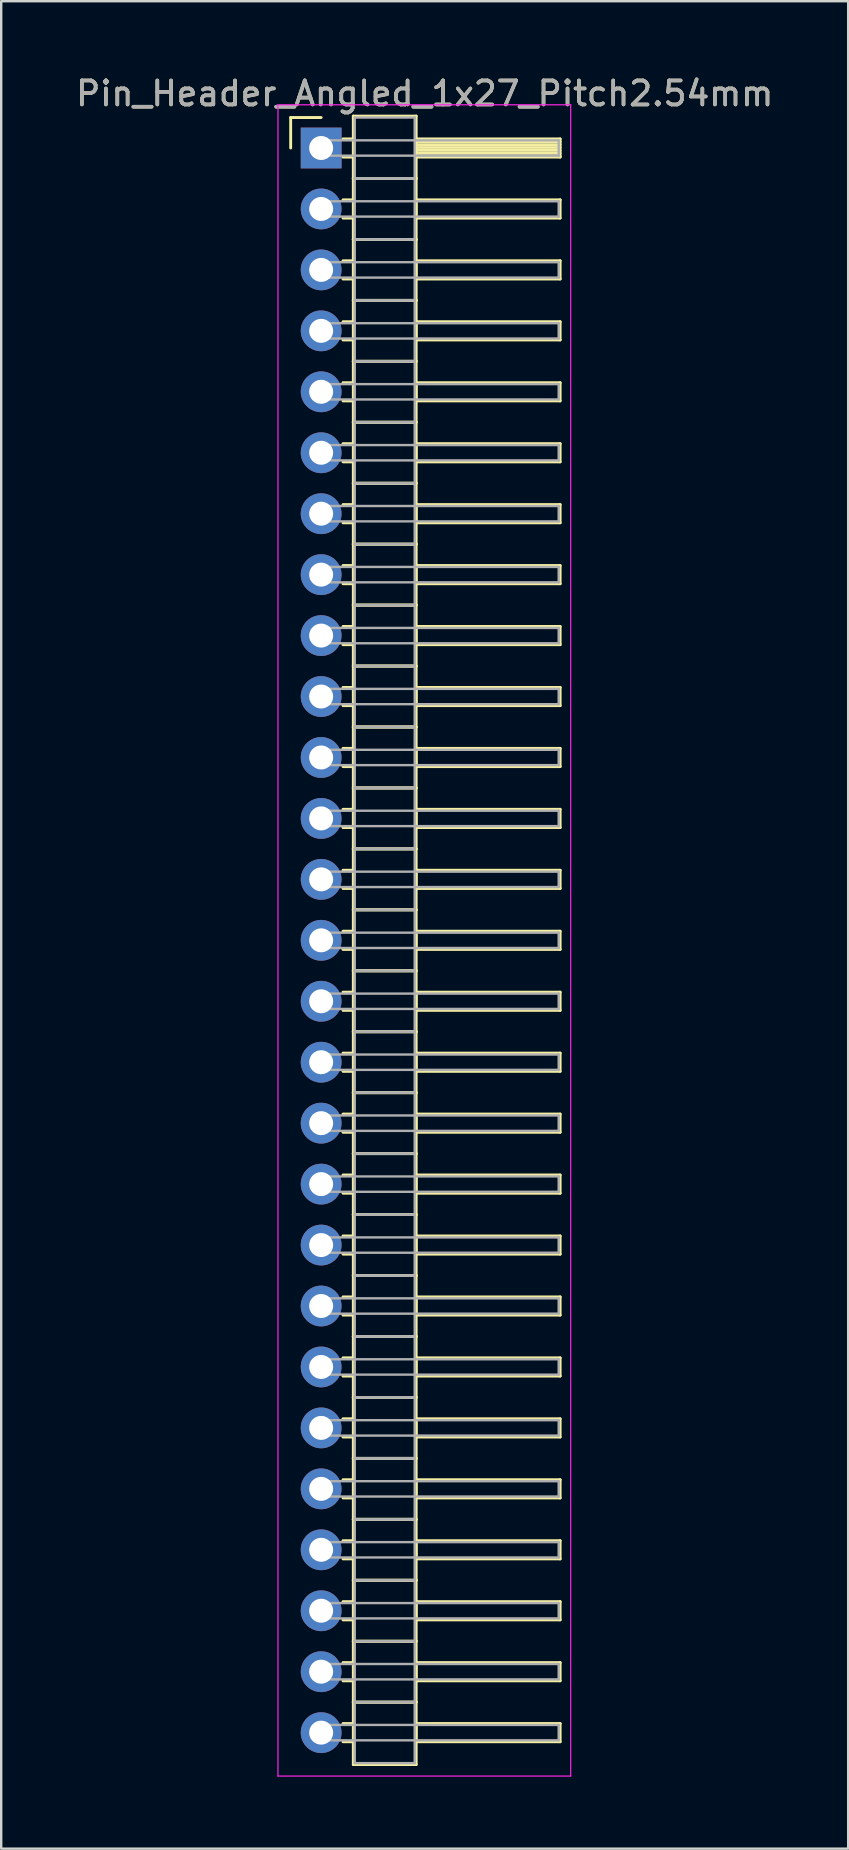
<source format=kicad_pcb>
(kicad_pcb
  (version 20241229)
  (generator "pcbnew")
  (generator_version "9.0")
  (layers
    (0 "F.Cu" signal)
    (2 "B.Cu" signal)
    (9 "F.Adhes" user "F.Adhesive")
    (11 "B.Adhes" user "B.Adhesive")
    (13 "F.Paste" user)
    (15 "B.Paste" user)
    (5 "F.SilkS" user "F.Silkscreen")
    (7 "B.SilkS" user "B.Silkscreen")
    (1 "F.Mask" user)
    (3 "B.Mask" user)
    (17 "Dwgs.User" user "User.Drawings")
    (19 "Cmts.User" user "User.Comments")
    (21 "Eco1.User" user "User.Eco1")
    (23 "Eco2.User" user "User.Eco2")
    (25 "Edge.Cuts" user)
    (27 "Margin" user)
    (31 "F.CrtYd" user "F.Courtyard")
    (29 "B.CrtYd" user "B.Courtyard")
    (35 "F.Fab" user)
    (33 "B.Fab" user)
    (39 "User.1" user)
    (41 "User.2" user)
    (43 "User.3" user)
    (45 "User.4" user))
  (footprint "Pin_Header_Angled_1x27_Pitch2.54mm"
    (layer "F.Cu")
    (at 10.334 3.118)
    (property "Reference" "Pin_Header_Angled_1x27_Pitch2.54mm" (at 4.315 -2.27 0) (layer "F.SilkS") (effects (font (size 1 1) (thickness 0.15))))
    (attr through_hole)
    (fp_line (start -1.27 -1.27) (end 0 -1.27) (stroke (width 0.12) (type solid)) (layer "F.SilkS"))
    (fp_line (start -1.27 0) (end -1.27 -1.27) (stroke (width 0.12) (type solid)) (layer "F.SilkS"))
    (fp_line (start 0.91 -0.38) (end 1.34 -0.38) (stroke (width 0.12) (type solid)) (layer "F.SilkS"))
    (fp_line (start 0.91 0.38) (end 1.34 0.38) (stroke (width 0.12) (type solid)) (layer "F.SilkS"))
    (fp_line (start 0.91 2.16) (end 1.34 2.16) (stroke (width 0.12) (type solid)) (layer "F.SilkS"))
    (fp_line (start 0.91 2.92) (end 1.34 2.92) (stroke (width 0.12) (type solid)) (layer "F.SilkS"))
    (fp_line (start 0.91 4.7) (end 1.34 4.7) (stroke (width 0.12) (type solid)) (layer "F.SilkS"))
    (fp_line (start 0.91 5.46) (end 1.34 5.46) (stroke (width 0.12) (type solid)) (layer "F.SilkS"))
    (fp_line (start 0.91 7.24) (end 1.34 7.24) (stroke (width 0.12) (type solid)) (layer "F.SilkS"))
    (fp_line (start 0.91 8) (end 1.34 8) (stroke (width 0.12) (type solid)) (layer "F.SilkS"))
    (fp_line (start 0.91 9.78) (end 1.34 9.78) (stroke (width 0.12) (type solid)) (layer "F.SilkS"))
    (fp_line (start 0.91 10.54) (end 1.34 10.54) (stroke (width 0.12) (type solid)) (layer "F.SilkS"))
    (fp_line (start 0.91 12.32) (end 1.34 12.32) (stroke (width 0.12) (type solid)) (layer "F.SilkS"))
    (fp_line (start 0.91 13.08) (end 1.34 13.08) (stroke (width 0.12) (type solid)) (layer "F.SilkS"))
    (fp_line (start 0.91 14.86) (end 1.34 14.86) (stroke (width 0.12) (type solid)) (layer "F.SilkS"))
    (fp_line (start 0.91 15.62) (end 1.34 15.62) (stroke (width 0.12) (type solid)) (layer "F.SilkS"))
    (fp_line (start 0.91 17.4) (end 1.34 17.4) (stroke (width 0.12) (type solid)) (layer "F.SilkS"))
    (fp_line (start 0.91 18.16) (end 1.34 18.16) (stroke (width 0.12) (type solid)) (layer "F.SilkS"))
    (fp_line (start 0.91 19.94) (end 1.34 19.94) (stroke (width 0.12) (type solid)) (layer "F.SilkS"))
    (fp_line (start 0.91 20.7) (end 1.34 20.7) (stroke (width 0.12) (type solid)) (layer "F.SilkS"))
    (fp_line (start 0.91 22.48) (end 1.34 22.48) (stroke (width 0.12) (type solid)) (layer "F.SilkS"))
    (fp_line (start 0.91 23.24) (end 1.34 23.24) (stroke (width 0.12) (type solid)) (layer "F.SilkS"))
    (fp_line (start 0.91 25.02) (end 1.34 25.02) (stroke (width 0.12) (type solid)) (layer "F.SilkS"))
    (fp_line (start 0.91 25.78) (end 1.34 25.78) (stroke (width 0.12) (type solid)) (layer "F.SilkS"))
    (fp_line (start 0.91 27.56) (end 1.34 27.56) (stroke (width 0.12) (type solid)) (layer "F.SilkS"))
    (fp_line (start 0.91 28.32) (end 1.34 28.32) (stroke (width 0.12) (type solid)) (layer "F.SilkS"))
    (fp_line (start 0.91 30.1) (end 1.34 30.1) (stroke (width 0.12) (type solid)) (layer "F.SilkS"))
    (fp_line (start 0.91 30.86) (end 1.34 30.86) (stroke (width 0.12) (type solid)) (layer "F.SilkS"))
    (fp_line (start 0.91 32.64) (end 1.34 32.64) (stroke (width 0.12) (type solid)) (layer "F.SilkS"))
    (fp_line (start 0.91 33.4) (end 1.34 33.4) (stroke (width 0.12) (type solid)) (layer "F.SilkS"))
    (fp_line (start 0.91 35.18) (end 1.34 35.18) (stroke (width 0.12) (type solid)) (layer "F.SilkS"))
    (fp_line (start 0.91 35.94) (end 1.34 35.94) (stroke (width 0.12) (type solid)) (layer "F.SilkS"))
    (fp_line (start 0.91 37.72) (end 1.34 37.72) (stroke (width 0.12) (type solid)) (layer "F.SilkS"))
    (fp_line (start 0.91 38.48) (end 1.34 38.48) (stroke (width 0.12) (type solid)) (layer "F.SilkS"))
    (fp_line (start 0.91 40.26) (end 1.34 40.26) (stroke (width 0.12) (type solid)) (layer "F.SilkS"))
    (fp_line (start 0.91 41.02) (end 1.34 41.02) (stroke (width 0.12) (type solid)) (layer "F.SilkS"))
    (fp_line (start 0.91 42.8) (end 1.34 42.8) (stroke (width 0.12) (type solid)) (layer "F.SilkS"))
    (fp_line (start 0.91 43.56) (end 1.34 43.56) (stroke (width 0.12) (type solid)) (layer "F.SilkS"))
    (fp_line (start 0.91 45.34) (end 1.34 45.34) (stroke (width 0.12) (type solid)) (layer "F.SilkS"))
    (fp_line (start 0.91 46.1) (end 1.34 46.1) (stroke (width 0.12) (type solid)) (layer "F.SilkS"))
    (fp_line (start 0.91 47.88) (end 1.34 47.88) (stroke (width 0.12) (type solid)) (layer "F.SilkS"))
    (fp_line (start 0.91 48.64) (end 1.34 48.64) (stroke (width 0.12) (type solid)) (layer "F.SilkS"))
    (fp_line (start 0.91 50.42) (end 1.34 50.42) (stroke (width 0.12) (type solid)) (layer "F.SilkS"))
    (fp_line (start 0.91 51.18) (end 1.34 51.18) (stroke (width 0.12) (type solid)) (layer "F.SilkS"))
    (fp_line (start 0.91 52.96) (end 1.34 52.96) (stroke (width 0.12) (type solid)) (layer "F.SilkS"))
    (fp_line (start 0.91 53.72) (end 1.34 53.72) (stroke (width 0.12) (type solid)) (layer "F.SilkS"))
    (fp_line (start 0.91 55.5) (end 1.34 55.5) (stroke (width 0.12) (type solid)) (layer "F.SilkS"))
    (fp_line (start 0.91 56.26) (end 1.34 56.26) (stroke (width 0.12) (type solid)) (layer "F.SilkS"))
    (fp_line (start 0.91 58.04) (end 1.34 58.04) (stroke (width 0.12) (type solid)) (layer "F.SilkS"))
    (fp_line (start 0.91 58.8) (end 1.34 58.8) (stroke (width 0.12) (type solid)) (layer "F.SilkS"))
    (fp_line (start 0.91 60.58) (end 1.34 60.58) (stroke (width 0.12) (type solid)) (layer "F.SilkS"))
    (fp_line (start 0.91 61.34) (end 1.34 61.34) (stroke (width 0.12) (type solid)) (layer "F.SilkS"))
    (fp_line (start 0.91 63.12) (end 1.34 63.12) (stroke (width 0.12) (type solid)) (layer "F.SilkS"))
    (fp_line (start 0.91 63.88) (end 1.34 63.88) (stroke (width 0.12) (type solid)) (layer "F.SilkS"))
    (fp_line (start 0.91 65.66) (end 1.34 65.66) (stroke (width 0.12) (type solid)) (layer "F.SilkS"))
    (fp_line (start 0.91 66.42) (end 1.34 66.42) (stroke (width 0.12) (type solid)) (layer "F.SilkS"))
    (fp_line (start 1.34 -1.33) (end 1.34 1.27) (stroke (width 0.12) (type solid)) (layer "F.SilkS"))
    (fp_line (start 1.34 1.27) (end 1.34 3.81) (stroke (width 0.12) (type solid)) (layer "F.SilkS"))
    (fp_line (start 1.34 1.27) (end 3.96 1.27) (stroke (width 0.12) (type solid)) (layer "F.SilkS"))
    (fp_line (start 1.34 3.81) (end 1.34 6.35) (stroke (width 0.12) (type solid)) (layer "F.SilkS"))
    (fp_line (start 1.34 3.81) (end 3.96 3.81) (stroke (width 0.12) (type solid)) (layer "F.SilkS"))
    (fp_line (start 1.34 6.35) (end 1.34 8.89) (stroke (width 0.12) (type solid)) (layer "F.SilkS"))
    (fp_line (start 1.34 6.35) (end 3.96 6.35) (stroke (width 0.12) (type solid)) (layer "F.SilkS"))
    (fp_line (start 1.34 8.89) (end 1.34 11.43) (stroke (width 0.12) (type solid)) (layer "F.SilkS"))
    (fp_line (start 1.34 8.89) (end 3.96 8.89) (stroke (width 0.12) (type solid)) (layer "F.SilkS"))
    (fp_line (start 1.34 11.43) (end 1.34 13.97) (stroke (width 0.12) (type solid)) (layer "F.SilkS"))
    (fp_line (start 1.34 11.43) (end 3.96 11.43) (stroke (width 0.12) (type solid)) (layer "F.SilkS"))
    (fp_line (start 1.34 13.97) (end 1.34 16.51) (stroke (width 0.12) (type solid)) (layer "F.SilkS"))
    (fp_line (start 1.34 13.97) (end 3.96 13.97) (stroke (width 0.12) (type solid)) (layer "F.SilkS"))
    (fp_line (start 1.34 16.51) (end 1.34 19.05) (stroke (width 0.12) (type solid)) (layer "F.SilkS"))
    (fp_line (start 1.34 16.51) (end 3.96 16.51) (stroke (width 0.12) (type solid)) (layer "F.SilkS"))
    (fp_line (start 1.34 19.05) (end 1.34 21.59) (stroke (width 0.12) (type solid)) (layer "F.SilkS"))
    (fp_line (start 1.34 19.05) (end 3.96 19.05) (stroke (width 0.12) (type solid)) (layer "F.SilkS"))
    (fp_line (start 1.34 21.59) (end 1.34 24.13) (stroke (width 0.12) (type solid)) (layer "F.SilkS"))
    (fp_line (start 1.34 21.59) (end 3.96 21.59) (stroke (width 0.12) (type solid)) (layer "F.SilkS"))
    (fp_line (start 1.34 24.13) (end 1.34 26.67) (stroke (width 0.12) (type solid)) (layer "F.SilkS"))
    (fp_line (start 1.34 24.13) (end 3.96 24.13) (stroke (width 0.12) (type solid)) (layer "F.SilkS"))
    (fp_line (start 1.34 26.67) (end 1.34 29.21) (stroke (width 0.12) (type solid)) (layer "F.SilkS"))
    (fp_line (start 1.34 26.67) (end 3.96 26.67) (stroke (width 0.12) (type solid)) (layer "F.SilkS"))
    (fp_line (start 1.34 29.21) (end 1.34 31.75) (stroke (width 0.12) (type solid)) (layer "F.SilkS"))
    (fp_line (start 1.34 29.21) (end 3.96 29.21) (stroke (width 0.12) (type solid)) (layer "F.SilkS"))
    (fp_line (start 1.34 31.75) (end 1.34 34.29) (stroke (width 0.12) (type solid)) (layer "F.SilkS"))
    (fp_line (start 1.34 31.75) (end 3.96 31.75) (stroke (width 0.12) (type solid)) (layer "F.SilkS"))
    (fp_line (start 1.34 34.29) (end 1.34 36.83) (stroke (width 0.12) (type solid)) (layer "F.SilkS"))
    (fp_line (start 1.34 34.29) (end 3.96 34.29) (stroke (width 0.12) (type solid)) (layer "F.SilkS"))
    (fp_line (start 1.34 36.83) (end 1.34 39.37) (stroke (width 0.12) (type solid)) (layer "F.SilkS"))
    (fp_line (start 1.34 36.83) (end 3.96 36.83) (stroke (width 0.12) (type solid)) (layer "F.SilkS"))
    (fp_line (start 1.34 39.37) (end 1.34 41.91) (stroke (width 0.12) (type solid)) (layer "F.SilkS"))
    (fp_line (start 1.34 39.37) (end 3.96 39.37) (stroke (width 0.12) (type solid)) (layer "F.SilkS"))
    (fp_line (start 1.34 41.91) (end 1.34 44.45) (stroke (width 0.12) (type solid)) (layer "F.SilkS"))
    (fp_line (start 1.34 41.91) (end 3.96 41.91) (stroke (width 0.12) (type solid)) (layer "F.SilkS"))
    (fp_line (start 1.34 44.45) (end 1.34 46.99) (stroke (width 0.12) (type solid)) (layer "F.SilkS"))
    (fp_line (start 1.34 44.45) (end 3.96 44.45) (stroke (width 0.12) (type solid)) (layer "F.SilkS"))
    (fp_line (start 1.34 46.99) (end 1.34 49.53) (stroke (width 0.12) (type solid)) (layer "F.SilkS"))
    (fp_line (start 1.34 46.99) (end 3.96 46.99) (stroke (width 0.12) (type solid)) (layer "F.SilkS"))
    (fp_line (start 1.34 49.53) (end 1.34 52.07) (stroke (width 0.12) (type solid)) (layer "F.SilkS"))
    (fp_line (start 1.34 49.53) (end 3.96 49.53) (stroke (width 0.12) (type solid)) (layer "F.SilkS"))
    (fp_line (start 1.34 52.07) (end 1.34 54.61) (stroke (width 0.12) (type solid)) (layer "F.SilkS"))
    (fp_line (start 1.34 52.07) (end 3.96 52.07) (stroke (width 0.12) (type solid)) (layer "F.SilkS"))
    (fp_line (start 1.34 54.61) (end 1.34 57.15) (stroke (width 0.12) (type solid)) (layer "F.SilkS"))
    (fp_line (start 1.34 54.61) (end 3.96 54.61) (stroke (width 0.12) (type solid)) (layer "F.SilkS"))
    (fp_line (start 1.34 57.15) (end 1.34 59.69) (stroke (width 0.12) (type solid)) (layer "F.SilkS"))
    (fp_line (start 1.34 57.15) (end 3.96 57.15) (stroke (width 0.12) (type solid)) (layer "F.SilkS"))
    (fp_line (start 1.34 59.69) (end 1.34 62.23) (stroke (width 0.12) (type solid)) (layer "F.SilkS"))
    (fp_line (start 1.34 59.69) (end 3.96 59.69) (stroke (width 0.12) (type solid)) (layer "F.SilkS"))
    (fp_line (start 1.34 62.23) (end 1.34 64.77) (stroke (width 0.12) (type solid)) (layer "F.SilkS"))
    (fp_line (start 1.34 62.23) (end 3.96 62.23) (stroke (width 0.12) (type solid)) (layer "F.SilkS"))
    (fp_line (start 1.34 64.77) (end 1.34 67.37) (stroke (width 0.12) (type solid)) (layer "F.SilkS"))
    (fp_line (start 1.34 64.77) (end 3.96 64.77) (stroke (width 0.12) (type solid)) (layer "F.SilkS"))
    (fp_line (start 1.34 67.37) (end 3.96 67.37) (stroke (width 0.12) (type solid)) (layer "F.SilkS"))
    (fp_line (start 3.96 -1.33) (end 1.34 -1.33) (stroke (width 0.12) (type solid)) (layer "F.SilkS"))
    (fp_line (start 3.96 -0.38) (end 3.96 0.38) (stroke (width 0.12) (type solid)) (layer "F.SilkS"))
    (fp_line (start 3.96 -0.26) (end 9.96 -0.26) (stroke (width 0.12) (type solid)) (layer "F.SilkS"))
    (fp_line (start 3.96 -0.14) (end 9.96 -0.14) (stroke (width 0.12) (type solid)) (layer "F.SilkS"))
    (fp_line (start 3.96 -0.02) (end 9.96 -0.02) (stroke (width 0.12) (type solid)) (layer "F.SilkS"))
    (fp_line (start 3.96 0.1) (end 9.96 0.1) (stroke (width 0.12) (type solid)) (layer "F.SilkS"))
    (fp_line (start 3.96 0.22) (end 9.96 0.22) (stroke (width 0.12) (type solid)) (layer "F.SilkS"))
    (fp_line (start 3.96 0.34) (end 9.96 0.34) (stroke (width 0.12) (type solid)) (layer "F.SilkS"))
    (fp_line (start 3.96 0.38) (end 9.96 0.38) (stroke (width 0.12) (type solid)) (layer "F.SilkS"))
    (fp_line (start 3.96 1.27) (end 1.34 1.27) (stroke (width 0.12) (type solid)) (layer "F.SilkS"))
    (fp_line (start 3.96 1.27) (end 3.96 -1.33) (stroke (width 0.12) (type solid)) (layer "F.SilkS"))
    (fp_line (start 3.96 2.16) (end 3.96 2.92) (stroke (width 0.12) (type solid)) (layer "F.SilkS"))
    (fp_line (start 3.96 2.92) (end 9.96 2.92) (stroke (width 0.12) (type solid)) (layer "F.SilkS"))
    (fp_line (start 3.96 3.81) (end 1.34 3.81) (stroke (width 0.12) (type solid)) (layer "F.SilkS"))
    (fp_line (start 3.96 3.81) (end 3.96 1.27) (stroke (width 0.12) (type solid)) (layer "F.SilkS"))
    (fp_line (start 3.96 4.7) (end 3.96 5.46) (stroke (width 0.12) (type solid)) (layer "F.SilkS"))
    (fp_line (start 3.96 5.46) (end 9.96 5.46) (stroke (width 0.12) (type solid)) (layer "F.SilkS"))
    (fp_line (start 3.96 6.35) (end 1.34 6.35) (stroke (width 0.12) (type solid)) (layer "F.SilkS"))
    (fp_line (start 3.96 6.35) (end 3.96 3.81) (stroke (width 0.12) (type solid)) (layer "F.SilkS"))
    (fp_line (start 3.96 7.24) (end 3.96 8) (stroke (width 0.12) (type solid)) (layer "F.SilkS"))
    (fp_line (start 3.96 8) (end 9.96 8) (stroke (width 0.12) (type solid)) (layer "F.SilkS"))
    (fp_line (start 3.96 8.89) (end 1.34 8.89) (stroke (width 0.12) (type solid)) (layer "F.SilkS"))
    (fp_line (start 3.96 8.89) (end 3.96 6.35) (stroke (width 0.12) (type solid)) (layer "F.SilkS"))
    (fp_line (start 3.96 9.78) (end 3.96 10.54) (stroke (width 0.12) (type solid)) (layer "F.SilkS"))
    (fp_line (start 3.96 10.54) (end 9.96 10.54) (stroke (width 0.12) (type solid)) (layer "F.SilkS"))
    (fp_line (start 3.96 11.43) (end 1.34 11.43) (stroke (width 0.12) (type solid)) (layer "F.SilkS"))
    (fp_line (start 3.96 11.43) (end 3.96 8.89) (stroke (width 0.12) (type solid)) (layer "F.SilkS"))
    (fp_line (start 3.96 12.32) (end 3.96 13.08) (stroke (width 0.12) (type solid)) (layer "F.SilkS"))
    (fp_line (start 3.96 13.08) (end 9.96 13.08) (stroke (width 0.12) (type solid)) (layer "F.SilkS"))
    (fp_line (start 3.96 13.97) (end 1.34 13.97) (stroke (width 0.12) (type solid)) (layer "F.SilkS"))
    (fp_line (start 3.96 13.97) (end 3.96 11.43) (stroke (width 0.12) (type solid)) (layer "F.SilkS"))
    (fp_line (start 3.96 14.86) (end 3.96 15.62) (stroke (width 0.12) (type solid)) (layer "F.SilkS"))
    (fp_line (start 3.96 15.62) (end 9.96 15.62) (stroke (width 0.12) (type solid)) (layer "F.SilkS"))
    (fp_line (start 3.96 16.51) (end 1.34 16.51) (stroke (width 0.12) (type solid)) (layer "F.SilkS"))
    (fp_line (start 3.96 16.51) (end 3.96 13.97) (stroke (width 0.12) (type solid)) (layer "F.SilkS"))
    (fp_line (start 3.96 17.4) (end 3.96 18.16) (stroke (width 0.12) (type solid)) (layer "F.SilkS"))
    (fp_line (start 3.96 18.16) (end 9.96 18.16) (stroke (width 0.12) (type solid)) (layer "F.SilkS"))
    (fp_line (start 3.96 19.05) (end 1.34 19.05) (stroke (width 0.12) (type solid)) (layer "F.SilkS"))
    (fp_line (start 3.96 19.05) (end 3.96 16.51) (stroke (width 0.12) (type solid)) (layer "F.SilkS"))
    (fp_line (start 3.96 19.94) (end 3.96 20.7) (stroke (width 0.12) (type solid)) (layer "F.SilkS"))
    (fp_line (start 3.96 20.7) (end 9.96 20.7) (stroke (width 0.12) (type solid)) (layer "F.SilkS"))
    (fp_line (start 3.96 21.59) (end 1.34 21.59) (stroke (width 0.12) (type solid)) (layer "F.SilkS"))
    (fp_line (start 3.96 21.59) (end 3.96 19.05) (stroke (width 0.12) (type solid)) (layer "F.SilkS"))
    (fp_line (start 3.96 22.48) (end 3.96 23.24) (stroke (width 0.12) (type solid)) (layer "F.SilkS"))
    (fp_line (start 3.96 23.24) (end 9.96 23.24) (stroke (width 0.12) (type solid)) (layer "F.SilkS"))
    (fp_line (start 3.96 24.13) (end 1.34 24.13) (stroke (width 0.12) (type solid)) (layer "F.SilkS"))
    (fp_line (start 3.96 24.13) (end 3.96 21.59) (stroke (width 0.12) (type solid)) (layer "F.SilkS"))
    (fp_line (start 3.96 25.02) (end 3.96 25.78) (stroke (width 0.12) (type solid)) (layer "F.SilkS"))
    (fp_line (start 3.96 25.78) (end 9.96 25.78) (stroke (width 0.12) (type solid)) (layer "F.SilkS"))
    (fp_line (start 3.96 26.67) (end 1.34 26.67) (stroke (width 0.12) (type solid)) (layer "F.SilkS"))
    (fp_line (start 3.96 26.67) (end 3.96 24.13) (stroke (width 0.12) (type solid)) (layer "F.SilkS"))
    (fp_line (start 3.96 27.56) (end 3.96 28.32) (stroke (width 0.12) (type solid)) (layer "F.SilkS"))
    (fp_line (start 3.96 28.32) (end 9.96 28.32) (stroke (width 0.12) (type solid)) (layer "F.SilkS"))
    (fp_line (start 3.96 29.21) (end 1.34 29.21) (stroke (width 0.12) (type solid)) (layer "F.SilkS"))
    (fp_line (start 3.96 29.21) (end 3.96 26.67) (stroke (width 0.12) (type solid)) (layer "F.SilkS"))
    (fp_line (start 3.96 30.1) (end 3.96 30.86) (stroke (width 0.12) (type solid)) (layer "F.SilkS"))
    (fp_line (start 3.96 30.86) (end 9.96 30.86) (stroke (width 0.12) (type solid)) (layer "F.SilkS"))
    (fp_line (start 3.96 31.75) (end 1.34 31.75) (stroke (width 0.12) (type solid)) (layer "F.SilkS"))
    (fp_line (start 3.96 31.75) (end 3.96 29.21) (stroke (width 0.12) (type solid)) (layer "F.SilkS"))
    (fp_line (start 3.96 32.64) (end 3.96 33.4) (stroke (width 0.12) (type solid)) (layer "F.SilkS"))
    (fp_line (start 3.96 33.4) (end 9.96 33.4) (stroke (width 0.12) (type solid)) (layer "F.SilkS"))
    (fp_line (start 3.96 34.29) (end 1.34 34.29) (stroke (width 0.12) (type solid)) (layer "F.SilkS"))
    (fp_line (start 3.96 34.29) (end 3.96 31.75) (stroke (width 0.12) (type solid)) (layer "F.SilkS"))
    (fp_line (start 3.96 35.18) (end 3.96 35.94) (stroke (width 0.12) (type solid)) (layer "F.SilkS"))
    (fp_line (start 3.96 35.94) (end 9.96 35.94) (stroke (width 0.12) (type solid)) (layer "F.SilkS"))
    (fp_line (start 3.96 36.83) (end 1.34 36.83) (stroke (width 0.12) (type solid)) (layer "F.SilkS"))
    (fp_line (start 3.96 36.83) (end 3.96 34.29) (stroke (width 0.12) (type solid)) (layer "F.SilkS"))
    (fp_line (start 3.96 37.72) (end 3.96 38.48) (stroke (width 0.12) (type solid)) (layer "F.SilkS"))
    (fp_line (start 3.96 38.48) (end 9.96 38.48) (stroke (width 0.12) (type solid)) (layer "F.SilkS"))
    (fp_line (start 3.96 39.37) (end 1.34 39.37) (stroke (width 0.12) (type solid)) (layer "F.SilkS"))
    (fp_line (start 3.96 39.37) (end 3.96 36.83) (stroke (width 0.12) (type solid)) (layer "F.SilkS"))
    (fp_line (start 3.96 40.26) (end 3.96 41.02) (stroke (width 0.12) (type solid)) (layer "F.SilkS"))
    (fp_line (start 3.96 41.02) (end 9.96 41.02) (stroke (width 0.12) (type solid)) (layer "F.SilkS"))
    (fp_line (start 3.96 41.91) (end 1.34 41.91) (stroke (width 0.12) (type solid)) (layer "F.SilkS"))
    (fp_line (start 3.96 41.91) (end 3.96 39.37) (stroke (width 0.12) (type solid)) (layer "F.SilkS"))
    (fp_line (start 3.96 42.8) (end 3.96 43.56) (stroke (width 0.12) (type solid)) (layer "F.SilkS"))
    (fp_line (start 3.96 43.56) (end 9.96 43.56) (stroke (width 0.12) (type solid)) (layer "F.SilkS"))
    (fp_line (start 3.96 44.45) (end 1.34 44.45) (stroke (width 0.12) (type solid)) (layer "F.SilkS"))
    (fp_line (start 3.96 44.45) (end 3.96 41.91) (stroke (width 0.12) (type solid)) (layer "F.SilkS"))
    (fp_line (start 3.96 45.34) (end 3.96 46.1) (stroke (width 0.12) (type solid)) (layer "F.SilkS"))
    (fp_line (start 3.96 46.1) (end 9.96 46.1) (stroke (width 0.12) (type solid)) (layer "F.SilkS"))
    (fp_line (start 3.96 46.99) (end 1.34 46.99) (stroke (width 0.12) (type solid)) (layer "F.SilkS"))
    (fp_line (start 3.96 46.99) (end 3.96 44.45) (stroke (width 0.12) (type solid)) (layer "F.SilkS"))
    (fp_line (start 3.96 47.88) (end 3.96 48.64) (stroke (width 0.12) (type solid)) (layer "F.SilkS"))
    (fp_line (start 3.96 48.64) (end 9.96 48.64) (stroke (width 0.12) (type solid)) (layer "F.SilkS"))
    (fp_line (start 3.96 49.53) (end 1.34 49.53) (stroke (width 0.12) (type solid)) (layer "F.SilkS"))
    (fp_line (start 3.96 49.53) (end 3.96 46.99) (stroke (width 0.12) (type solid)) (layer "F.SilkS"))
    (fp_line (start 3.96 50.42) (end 3.96 51.18) (stroke (width 0.12) (type solid)) (layer "F.SilkS"))
    (fp_line (start 3.96 51.18) (end 9.96 51.18) (stroke (width 0.12) (type solid)) (layer "F.SilkS"))
    (fp_line (start 3.96 52.07) (end 1.34 52.07) (stroke (width 0.12) (type solid)) (layer "F.SilkS"))
    (fp_line (start 3.96 52.07) (end 3.96 49.53) (stroke (width 0.12) (type solid)) (layer "F.SilkS"))
    (fp_line (start 3.96 52.96) (end 3.96 53.72) (stroke (width 0.12) (type solid)) (layer "F.SilkS"))
    (fp_line (start 3.96 53.72) (end 9.96 53.72) (stroke (width 0.12) (type solid)) (layer "F.SilkS"))
    (fp_line (start 3.96 54.61) (end 1.34 54.61) (stroke (width 0.12) (type solid)) (layer "F.SilkS"))
    (fp_line (start 3.96 54.61) (end 3.96 52.07) (stroke (width 0.12) (type solid)) (layer "F.SilkS"))
    (fp_line (start 3.96 55.5) (end 3.96 56.26) (stroke (width 0.12) (type solid)) (layer "F.SilkS"))
    (fp_line (start 3.96 56.26) (end 9.96 56.26) (stroke (width 0.12) (type solid)) (layer "F.SilkS"))
    (fp_line (start 3.96 57.15) (end 1.34 57.15) (stroke (width 0.12) (type solid)) (layer "F.SilkS"))
    (fp_line (start 3.96 57.15) (end 3.96 54.61) (stroke (width 0.12) (type solid)) (layer "F.SilkS"))
    (fp_line (start 3.96 58.04) (end 3.96 58.8) (stroke (width 0.12) (type solid)) (layer "F.SilkS"))
    (fp_line (start 3.96 58.8) (end 9.96 58.8) (stroke (width 0.12) (type solid)) (layer "F.SilkS"))
    (fp_line (start 3.96 59.69) (end 1.34 59.69) (stroke (width 0.12) (type solid)) (layer "F.SilkS"))
    (fp_line (start 3.96 59.69) (end 3.96 57.15) (stroke (width 0.12) (type solid)) (layer "F.SilkS"))
    (fp_line (start 3.96 60.58) (end 3.96 61.34) (stroke (width 0.12) (type solid)) (layer "F.SilkS"))
    (fp_line (start 3.96 61.34) (end 9.96 61.34) (stroke (width 0.12) (type solid)) (layer "F.SilkS"))
    (fp_line (start 3.96 62.23) (end 1.34 62.23) (stroke (width 0.12) (type solid)) (layer "F.SilkS"))
    (fp_line (start 3.96 62.23) (end 3.96 59.69) (stroke (width 0.12) (type solid)) (layer "F.SilkS"))
    (fp_line (start 3.96 63.12) (end 3.96 63.88) (stroke (width 0.12) (type solid)) (layer "F.SilkS"))
    (fp_line (start 3.96 63.88) (end 9.96 63.88) (stroke (width 0.12) (type solid)) (layer "F.SilkS"))
    (fp_line (start 3.96 64.77) (end 1.34 64.77) (stroke (width 0.12) (type solid)) (layer "F.SilkS"))
    (fp_line (start 3.96 64.77) (end 3.96 62.23) (stroke (width 0.12) (type solid)) (layer "F.SilkS"))
    (fp_line (start 3.96 65.66) (end 3.96 66.42) (stroke (width 0.12) (type solid)) (layer "F.SilkS"))
    (fp_line (start 3.96 66.42) (end 9.96 66.42) (stroke (width 0.12) (type solid)) (layer "F.SilkS"))
    (fp_line (start 3.96 67.37) (end 3.96 64.77) (stroke (width 0.12) (type solid)) (layer "F.SilkS"))
    (fp_line (start 9.96 -0.38) (end 3.96 -0.38) (stroke (width 0.12) (type solid)) (layer "F.SilkS"))
    (fp_line (start 9.96 0.38) (end 9.96 -0.38) (stroke (width 0.12) (type solid)) (layer "F.SilkS"))
    (fp_line (start 9.96 2.16) (end 3.96 2.16) (stroke (width 0.12) (type solid)) (layer "F.SilkS"))
    (fp_line (start 9.96 2.92) (end 9.96 2.16) (stroke (width 0.12) (type solid)) (layer "F.SilkS"))
    (fp_line (start 9.96 4.7) (end 3.96 4.7) (stroke (width 0.12) (type solid)) (layer "F.SilkS"))
    (fp_line (start 9.96 5.46) (end 9.96 4.7) (stroke (width 0.12) (type solid)) (layer "F.SilkS"))
    (fp_line (start 9.96 7.24) (end 3.96 7.24) (stroke (width 0.12) (type solid)) (layer "F.SilkS"))
    (fp_line (start 9.96 8) (end 9.96 7.24) (stroke (width 0.12) (type solid)) (layer "F.SilkS"))
    (fp_line (start 9.96 9.78) (end 3.96 9.78) (stroke (width 0.12) (type solid)) (layer "F.SilkS"))
    (fp_line (start 9.96 10.54) (end 9.96 9.78) (stroke (width 0.12) (type solid)) (layer "F.SilkS"))
    (fp_line (start 9.96 12.32) (end 3.96 12.32) (stroke (width 0.12) (type solid)) (layer "F.SilkS"))
    (fp_line (start 9.96 13.08) (end 9.96 12.32) (stroke (width 0.12) (type solid)) (layer "F.SilkS"))
    (fp_line (start 9.96 14.86) (end 3.96 14.86) (stroke (width 0.12) (type solid)) (layer "F.SilkS"))
    (fp_line (start 9.96 15.62) (end 9.96 14.86) (stroke (width 0.12) (type solid)) (layer "F.SilkS"))
    (fp_line (start 9.96 17.4) (end 3.96 17.4) (stroke (width 0.12) (type solid)) (layer "F.SilkS"))
    (fp_line (start 9.96 18.16) (end 9.96 17.4) (stroke (width 0.12) (type solid)) (layer "F.SilkS"))
    (fp_line (start 9.96 19.94) (end 3.96 19.94) (stroke (width 0.12) (type solid)) (layer "F.SilkS"))
    (fp_line (start 9.96 20.7) (end 9.96 19.94) (stroke (width 0.12) (type solid)) (layer "F.SilkS"))
    (fp_line (start 9.96 22.48) (end 3.96 22.48) (stroke (width 0.12) (type solid)) (layer "F.SilkS"))
    (fp_line (start 9.96 23.24) (end 9.96 22.48) (stroke (width 0.12) (type solid)) (layer "F.SilkS"))
    (fp_line (start 9.96 25.02) (end 3.96 25.02) (stroke (width 0.12) (type solid)) (layer "F.SilkS"))
    (fp_line (start 9.96 25.78) (end 9.96 25.02) (stroke (width 0.12) (type solid)) (layer "F.SilkS"))
    (fp_line (start 9.96 27.56) (end 3.96 27.56) (stroke (width 0.12) (type solid)) (layer "F.SilkS"))
    (fp_line (start 9.96 28.32) (end 9.96 27.56) (stroke (width 0.12) (type solid)) (layer "F.SilkS"))
    (fp_line (start 9.96 30.1) (end 3.96 30.1) (stroke (width 0.12) (type solid)) (layer "F.SilkS"))
    (fp_line (start 9.96 30.86) (end 9.96 30.1) (stroke (width 0.12) (type solid)) (layer "F.SilkS"))
    (fp_line (start 9.96 32.64) (end 3.96 32.64) (stroke (width 0.12) (type solid)) (layer "F.SilkS"))
    (fp_line (start 9.96 33.4) (end 9.96 32.64) (stroke (width 0.12) (type solid)) (layer "F.SilkS"))
    (fp_line (start 9.96 35.18) (end 3.96 35.18) (stroke (width 0.12) (type solid)) (layer "F.SilkS"))
    (fp_line (start 9.96 35.94) (end 9.96 35.18) (stroke (width 0.12) (type solid)) (layer "F.SilkS"))
    (fp_line (start 9.96 37.72) (end 3.96 37.72) (stroke (width 0.12) (type solid)) (layer "F.SilkS"))
    (fp_line (start 9.96 38.48) (end 9.96 37.72) (stroke (width 0.12) (type solid)) (layer "F.SilkS"))
    (fp_line (start 9.96 40.26) (end 3.96 40.26) (stroke (width 0.12) (type solid)) (layer "F.SilkS"))
    (fp_line (start 9.96 41.02) (end 9.96 40.26) (stroke (width 0.12) (type solid)) (layer "F.SilkS"))
    (fp_line (start 9.96 42.8) (end 3.96 42.8) (stroke (width 0.12) (type solid)) (layer "F.SilkS"))
    (fp_line (start 9.96 43.56) (end 9.96 42.8) (stroke (width 0.12) (type solid)) (layer "F.SilkS"))
    (fp_line (start 9.96 45.34) (end 3.96 45.34) (stroke (width 0.12) (type solid)) (layer "F.SilkS"))
    (fp_line (start 9.96 46.1) (end 9.96 45.34) (stroke (width 0.12) (type solid)) (layer "F.SilkS"))
    (fp_line (start 9.96 47.88) (end 3.96 47.88) (stroke (width 0.12) (type solid)) (layer "F.SilkS"))
    (fp_line (start 9.96 48.64) (end 9.96 47.88) (stroke (width 0.12) (type solid)) (layer "F.SilkS"))
    (fp_line (start 9.96 50.42) (end 3.96 50.42) (stroke (width 0.12) (type solid)) (layer "F.SilkS"))
    (fp_line (start 9.96 51.18) (end 9.96 50.42) (stroke (width 0.12) (type solid)) (layer "F.SilkS"))
    (fp_line (start 9.96 52.96) (end 3.96 52.96) (stroke (width 0.12) (type solid)) (layer "F.SilkS"))
    (fp_line (start 9.96 53.72) (end 9.96 52.96) (stroke (width 0.12) (type solid)) (layer "F.SilkS"))
    (fp_line (start 9.96 55.5) (end 3.96 55.5) (stroke (width 0.12) (type solid)) (layer "F.SilkS"))
    (fp_line (start 9.96 56.26) (end 9.96 55.5) (stroke (width 0.12) (type solid)) (layer "F.SilkS"))
    (fp_line (start 9.96 58.04) (end 3.96 58.04) (stroke (width 0.12) (type solid)) (layer "F.SilkS"))
    (fp_line (start 9.96 58.8) (end 9.96 58.04) (stroke (width 0.12) (type solid)) (layer "F.SilkS"))
    (fp_line (start 9.96 60.58) (end 3.96 60.58) (stroke (width 0.12) (type solid)) (layer "F.SilkS"))
    (fp_line (start 9.96 61.34) (end 9.96 60.58) (stroke (width 0.12) (type solid)) (layer "F.SilkS"))
    (fp_line (start 9.96 63.12) (end 3.96 63.12) (stroke (width 0.12) (type solid)) (layer "F.SilkS"))
    (fp_line (start 9.96 63.88) (end 9.96 63.12) (stroke (width 0.12) (type solid)) (layer "F.SilkS"))
    (fp_line (start 9.96 65.66) (end 3.96 65.66) (stroke (width 0.12) (type solid)) (layer "F.SilkS"))
    (fp_line (start 9.96 66.42) (end 9.96 65.66) (stroke (width 0.12) (type solid)) (layer "F.SilkS"))
    (fp_line (start -1.8 -1.8) (end -1.8 67.85) (stroke (width 0.05) (type solid)) (layer "F.CrtYd"))
    (fp_line (start -1.8 67.85) (end 10.4 67.85) (stroke (width 0.05) (type solid)) (layer "F.CrtYd"))
    (fp_line (start 10.4 -1.8) (end -1.8 -1.8) (stroke (width 0.05) (type solid)) (layer "F.CrtYd"))
    (fp_line (start 10.4 67.85) (end 10.4 -1.8) (stroke (width 0.05) (type solid)) (layer "F.CrtYd"))
    (fp_line (start 0 -0.32) (end 0 0.32) (stroke (width 0.1) (type solid)) (layer "F.Fab"))
    (fp_line (start 0 0.32) (end 9.9 0.32) (stroke (width 0.1) (type solid)) (layer "F.Fab"))
    (fp_line (start 0 2.22) (end 0 2.86) (stroke (width 0.1) (type solid)) (layer "F.Fab"))
    (fp_line (start 0 2.86) (end 9.9 2.86) (stroke (width 0.1) (type solid)) (layer "F.Fab"))
    (fp_line (start 0 4.76) (end 0 5.4) (stroke (width 0.1) (type solid)) (layer "F.Fab"))
    (fp_line (start 0 5.4) (end 9.9 5.4) (stroke (width 0.1) (type solid)) (layer "F.Fab"))
    (fp_line (start 0 7.3) (end 0 7.94) (stroke (width 0.1) (type solid)) (layer "F.Fab"))
    (fp_line (start 0 7.94) (end 9.9 7.94) (stroke (width 0.1) (type solid)) (layer "F.Fab"))
    (fp_line (start 0 9.84) (end 0 10.48) (stroke (width 0.1) (type solid)) (layer "F.Fab"))
    (fp_line (start 0 10.48) (end 9.9 10.48) (stroke (width 0.1) (type solid)) (layer "F.Fab"))
    (fp_line (start 0 12.38) (end 0 13.02) (stroke (width 0.1) (type solid)) (layer "F.Fab"))
    (fp_line (start 0 13.02) (end 9.9 13.02) (stroke (width 0.1) (type solid)) (layer "F.Fab"))
    (fp_line (start 0 14.92) (end 0 15.56) (stroke (width 0.1) (type solid)) (layer "F.Fab"))
    (fp_line (start 0 15.56) (end 9.9 15.56) (stroke (width 0.1) (type solid)) (layer "F.Fab"))
    (fp_line (start 0 17.46) (end 0 18.1) (stroke (width 0.1) (type solid)) (layer "F.Fab"))
    (fp_line (start 0 18.1) (end 9.9 18.1) (stroke (width 0.1) (type solid)) (layer "F.Fab"))
    (fp_line (start 0 20) (end 0 20.64) (stroke (width 0.1) (type solid)) (layer "F.Fab"))
    (fp_line (start 0 20.64) (end 9.9 20.64) (stroke (width 0.1) (type solid)) (layer "F.Fab"))
    (fp_line (start 0 22.54) (end 0 23.18) (stroke (width 0.1) (type solid)) (layer "F.Fab"))
    (fp_line (start 0 23.18) (end 9.9 23.18) (stroke (width 0.1) (type solid)) (layer "F.Fab"))
    (fp_line (start 0 25.08) (end 0 25.72) (stroke (width 0.1) (type solid)) (layer "F.Fab"))
    (fp_line (start 0 25.72) (end 9.9 25.72) (stroke (width 0.1) (type solid)) (layer "F.Fab"))
    (fp_line (start 0 27.62) (end 0 28.26) (stroke (width 0.1) (type solid)) (layer "F.Fab"))
    (fp_line (start 0 28.26) (end 9.9 28.26) (stroke (width 0.1) (type solid)) (layer "F.Fab"))
    (fp_line (start 0 30.16) (end 0 30.8) (stroke (width 0.1) (type solid)) (layer "F.Fab"))
    (fp_line (start 0 30.8) (end 9.9 30.8) (stroke (width 0.1) (type solid)) (layer "F.Fab"))
    (fp_line (start 0 32.7) (end 0 33.34) (stroke (width 0.1) (type solid)) (layer "F.Fab"))
    (fp_line (start 0 33.34) (end 9.9 33.34) (stroke (width 0.1) (type solid)) (layer "F.Fab"))
    (fp_line (start 0 35.24) (end 0 35.88) (stroke (width 0.1) (type solid)) (layer "F.Fab"))
    (fp_line (start 0 35.88) (end 9.9 35.88) (stroke (width 0.1) (type solid)) (layer "F.Fab"))
    (fp_line (start 0 37.78) (end 0 38.42) (stroke (width 0.1) (type solid)) (layer "F.Fab"))
    (fp_line (start 0 38.42) (end 9.9 38.42) (stroke (width 0.1) (type solid)) (layer "F.Fab"))
    (fp_line (start 0 40.32) (end 0 40.96) (stroke (width 0.1) (type solid)) (layer "F.Fab"))
    (fp_line (start 0 40.96) (end 9.9 40.96) (stroke (width 0.1) (type solid)) (layer "F.Fab"))
    (fp_line (start 0 42.86) (end 0 43.5) (stroke (width 0.1) (type solid)) (layer "F.Fab"))
    (fp_line (start 0 43.5) (end 9.9 43.5) (stroke (width 0.1) (type solid)) (layer "F.Fab"))
    (fp_line (start 0 45.4) (end 0 46.04) (stroke (width 0.1) (type solid)) (layer "F.Fab"))
    (fp_line (start 0 46.04) (end 9.9 46.04) (stroke (width 0.1) (type solid)) (layer "F.Fab"))
    (fp_line (start 0 47.94) (end 0 48.58) (stroke (width 0.1) (type solid)) (layer "F.Fab"))
    (fp_line (start 0 48.58) (end 9.9 48.58) (stroke (width 0.1) (type solid)) (layer "F.Fab"))
    (fp_line (start 0 50.48) (end 0 51.12) (stroke (width 0.1) (type solid)) (layer "F.Fab"))
    (fp_line (start 0 51.12) (end 9.9 51.12) (stroke (width 0.1) (type solid)) (layer "F.Fab"))
    (fp_line (start 0 53.02) (end 0 53.66) (stroke (width 0.1) (type solid)) (layer "F.Fab"))
    (fp_line (start 0 53.66) (end 9.9 53.66) (stroke (width 0.1) (type solid)) (layer "F.Fab"))
    (fp_line (start 0 55.56) (end 0 56.2) (stroke (width 0.1) (type solid)) (layer "F.Fab"))
    (fp_line (start 0 56.2) (end 9.9 56.2) (stroke (width 0.1) (type solid)) (layer "F.Fab"))
    (fp_line (start 0 58.1) (end 0 58.74) (stroke (width 0.1) (type solid)) (layer "F.Fab"))
    (fp_line (start 0 58.74) (end 9.9 58.74) (stroke (width 0.1) (type solid)) (layer "F.Fab"))
    (fp_line (start 0 60.64) (end 0 61.28) (stroke (width 0.1) (type solid)) (layer "F.Fab"))
    (fp_line (start 0 61.28) (end 9.9 61.28) (stroke (width 0.1) (type solid)) (layer "F.Fab"))
    (fp_line (start 0 63.18) (end 0 63.82) (stroke (width 0.1) (type solid)) (layer "F.Fab"))
    (fp_line (start 0 63.82) (end 9.9 63.82) (stroke (width 0.1) (type solid)) (layer "F.Fab"))
    (fp_line (start 0 65.72) (end 0 66.36) (stroke (width 0.1) (type solid)) (layer "F.Fab"))
    (fp_line (start 0 66.36) (end 9.9 66.36) (stroke (width 0.1) (type solid)) (layer "F.Fab"))
    (fp_line (start 1.4 -1.27) (end 1.4 1.27) (stroke (width 0.1) (type solid)) (layer "F.Fab"))
    (fp_line (start 1.4 1.27) (end 1.4 3.81) (stroke (width 0.1) (type solid)) (layer "F.Fab"))
    (fp_line (start 1.4 1.27) (end 3.9 1.27) (stroke (width 0.1) (type solid)) (layer "F.Fab"))
    (fp_line (start 1.4 3.81) (end 1.4 6.35) (stroke (width 0.1) (type solid)) (layer "F.Fab"))
    (fp_line (start 1.4 3.81) (end 3.9 3.81) (stroke (width 0.1) (type solid)) (layer "F.Fab"))
    (fp_line (start 1.4 6.35) (end 1.4 8.89) (stroke (width 0.1) (type solid)) (layer "F.Fab"))
    (fp_line (start 1.4 6.35) (end 3.9 6.35) (stroke (width 0.1) (type solid)) (layer "F.Fab"))
    (fp_line (start 1.4 8.89) (end 1.4 11.43) (stroke (width 0.1) (type solid)) (layer "F.Fab"))
    (fp_line (start 1.4 8.89) (end 3.9 8.89) (stroke (width 0.1) (type solid)) (layer "F.Fab"))
    (fp_line (start 1.4 11.43) (end 1.4 13.97) (stroke (width 0.1) (type solid)) (layer "F.Fab"))
    (fp_line (start 1.4 11.43) (end 3.9 11.43) (stroke (width 0.1) (type solid)) (layer "F.Fab"))
    (fp_line (start 1.4 13.97) (end 1.4 16.51) (stroke (width 0.1) (type solid)) (layer "F.Fab"))
    (fp_line (start 1.4 13.97) (end 3.9 13.97) (stroke (width 0.1) (type solid)) (layer "F.Fab"))
    (fp_line (start 1.4 16.51) (end 1.4 19.05) (stroke (width 0.1) (type solid)) (layer "F.Fab"))
    (fp_line (start 1.4 16.51) (end 3.9 16.51) (stroke (width 0.1) (type solid)) (layer "F.Fab"))
    (fp_line (start 1.4 19.05) (end 1.4 21.59) (stroke (width 0.1) (type solid)) (layer "F.Fab"))
    (fp_line (start 1.4 19.05) (end 3.9 19.05) (stroke (width 0.1) (type solid)) (layer "F.Fab"))
    (fp_line (start 1.4 21.59) (end 1.4 24.13) (stroke (width 0.1) (type solid)) (layer "F.Fab"))
    (fp_line (start 1.4 21.59) (end 3.9 21.59) (stroke (width 0.1) (type solid)) (layer "F.Fab"))
    (fp_line (start 1.4 24.13) (end 1.4 26.67) (stroke (width 0.1) (type solid)) (layer "F.Fab"))
    (fp_line (start 1.4 24.13) (end 3.9 24.13) (stroke (width 0.1) (type solid)) (layer "F.Fab"))
    (fp_line (start 1.4 26.67) (end 1.4 29.21) (stroke (width 0.1) (type solid)) (layer "F.Fab"))
    (fp_line (start 1.4 26.67) (end 3.9 26.67) (stroke (width 0.1) (type solid)) (layer "F.Fab"))
    (fp_line (start 1.4 29.21) (end 1.4 31.75) (stroke (width 0.1) (type solid)) (layer "F.Fab"))
    (fp_line (start 1.4 29.21) (end 3.9 29.21) (stroke (width 0.1) (type solid)) (layer "F.Fab"))
    (fp_line (start 1.4 31.75) (end 1.4 34.29) (stroke (width 0.1) (type solid)) (layer "F.Fab"))
    (fp_line (start 1.4 31.75) (end 3.9 31.75) (stroke (width 0.1) (type solid)) (layer "F.Fab"))
    (fp_line (start 1.4 34.29) (end 1.4 36.83) (stroke (width 0.1) (type solid)) (layer "F.Fab"))
    (fp_line (start 1.4 34.29) (end 3.9 34.29) (stroke (width 0.1) (type solid)) (layer "F.Fab"))
    (fp_line (start 1.4 36.83) (end 1.4 39.37) (stroke (width 0.1) (type solid)) (layer "F.Fab"))
    (fp_line (start 1.4 36.83) (end 3.9 36.83) (stroke (width 0.1) (type solid)) (layer "F.Fab"))
    (fp_line (start 1.4 39.37) (end 1.4 41.91) (stroke (width 0.1) (type solid)) (layer "F.Fab"))
    (fp_line (start 1.4 39.37) (end 3.9 39.37) (stroke (width 0.1) (type solid)) (layer "F.Fab"))
    (fp_line (start 1.4 41.91) (end 1.4 44.45) (stroke (width 0.1) (type solid)) (layer "F.Fab"))
    (fp_line (start 1.4 41.91) (end 3.9 41.91) (stroke (width 0.1) (type solid)) (layer "F.Fab"))
    (fp_line (start 1.4 44.45) (end 1.4 46.99) (stroke (width 0.1) (type solid)) (layer "F.Fab"))
    (fp_line (start 1.4 44.45) (end 3.9 44.45) (stroke (width 0.1) (type solid)) (layer "F.Fab"))
    (fp_line (start 1.4 46.99) (end 1.4 49.53) (stroke (width 0.1) (type solid)) (layer "F.Fab"))
    (fp_line (start 1.4 46.99) (end 3.9 46.99) (stroke (width 0.1) (type solid)) (layer "F.Fab"))
    (fp_line (start 1.4 49.53) (end 1.4 52.07) (stroke (width 0.1) (type solid)) (layer "F.Fab"))
    (fp_line (start 1.4 49.53) (end 3.9 49.53) (stroke (width 0.1) (type solid)) (layer "F.Fab"))
    (fp_line (start 1.4 52.07) (end 1.4 54.61) (stroke (width 0.1) (type solid)) (layer "F.Fab"))
    (fp_line (start 1.4 52.07) (end 3.9 52.07) (stroke (width 0.1) (type solid)) (layer "F.Fab"))
    (fp_line (start 1.4 54.61) (end 1.4 57.15) (stroke (width 0.1) (type solid)) (layer "F.Fab"))
    (fp_line (start 1.4 54.61) (end 3.9 54.61) (stroke (width 0.1) (type solid)) (layer "F.Fab"))
    (fp_line (start 1.4 57.15) (end 1.4 59.69) (stroke (width 0.1) (type solid)) (layer "F.Fab"))
    (fp_line (start 1.4 57.15) (end 3.9 57.15) (stroke (width 0.1) (type solid)) (layer "F.Fab"))
    (fp_line (start 1.4 59.69) (end 1.4 62.23) (stroke (width 0.1) (type solid)) (layer "F.Fab"))
    (fp_line (start 1.4 59.69) (end 3.9 59.69) (stroke (width 0.1) (type solid)) (layer "F.Fab"))
    (fp_line (start 1.4 62.23) (end 1.4 64.77) (stroke (width 0.1) (type solid)) (layer "F.Fab"))
    (fp_line (start 1.4 62.23) (end 3.9 62.23) (stroke (width 0.1) (type solid)) (layer "F.Fab"))
    (fp_line (start 1.4 64.77) (end 1.4 67.31) (stroke (width 0.1) (type solid)) (layer "F.Fab"))
    (fp_line (start 1.4 64.77) (end 3.9 64.77) (stroke (width 0.1) (type solid)) (layer "F.Fab"))
    (fp_line (start 1.4 67.31) (end 3.9 67.31) (stroke (width 0.1) (type solid)) (layer "F.Fab"))
    (fp_line (start 3.9 -1.27) (end 1.4 -1.27) (stroke (width 0.1) (type solid)) (layer "F.Fab"))
    (fp_line (start 3.9 1.27) (end 1.4 1.27) (stroke (width 0.1) (type solid)) (layer "F.Fab"))
    (fp_line (start 3.9 1.27) (end 3.9 -1.27) (stroke (width 0.1) (type solid)) (layer "F.Fab"))
    (fp_line (start 3.9 3.81) (end 1.4 3.81) (stroke (width 0.1) (type solid)) (layer "F.Fab"))
    (fp_line (start 3.9 3.81) (end 3.9 1.27) (stroke (width 0.1) (type solid)) (layer "F.Fab"))
    (fp_line (start 3.9 6.35) (end 1.4 6.35) (stroke (width 0.1) (type solid)) (layer "F.Fab"))
    (fp_line (start 3.9 6.35) (end 3.9 3.81) (stroke (width 0.1) (type solid)) (layer "F.Fab"))
    (fp_line (start 3.9 8.89) (end 1.4 8.89) (stroke (width 0.1) (type solid)) (layer "F.Fab"))
    (fp_line (start 3.9 8.89) (end 3.9 6.35) (stroke (width 0.1) (type solid)) (layer "F.Fab"))
    (fp_line (start 3.9 11.43) (end 1.4 11.43) (stroke (width 0.1) (type solid)) (layer "F.Fab"))
    (fp_line (start 3.9 11.43) (end 3.9 8.89) (stroke (width 0.1) (type solid)) (layer "F.Fab"))
    (fp_line (start 3.9 13.97) (end 1.4 13.97) (stroke (width 0.1) (type solid)) (layer "F.Fab"))
    (fp_line (start 3.9 13.97) (end 3.9 11.43) (stroke (width 0.1) (type solid)) (layer "F.Fab"))
    (fp_line (start 3.9 16.51) (end 1.4 16.51) (stroke (width 0.1) (type solid)) (layer "F.Fab"))
    (fp_line (start 3.9 16.51) (end 3.9 13.97) (stroke (width 0.1) (type solid)) (layer "F.Fab"))
    (fp_line (start 3.9 19.05) (end 1.4 19.05) (stroke (width 0.1) (type solid)) (layer "F.Fab"))
    (fp_line (start 3.9 19.05) (end 3.9 16.51) (stroke (width 0.1) (type solid)) (layer "F.Fab"))
    (fp_line (start 3.9 21.59) (end 1.4 21.59) (stroke (width 0.1) (type solid)) (layer "F.Fab"))
    (fp_line (start 3.9 21.59) (end 3.9 19.05) (stroke (width 0.1) (type solid)) (layer "F.Fab"))
    (fp_line (start 3.9 24.13) (end 1.4 24.13) (stroke (width 0.1) (type solid)) (layer "F.Fab"))
    (fp_line (start 3.9 24.13) (end 3.9 21.59) (stroke (width 0.1) (type solid)) (layer "F.Fab"))
    (fp_line (start 3.9 26.67) (end 1.4 26.67) (stroke (width 0.1) (type solid)) (layer "F.Fab"))
    (fp_line (start 3.9 26.67) (end 3.9 24.13) (stroke (width 0.1) (type solid)) (layer "F.Fab"))
    (fp_line (start 3.9 29.21) (end 1.4 29.21) (stroke (width 0.1) (type solid)) (layer "F.Fab"))
    (fp_line (start 3.9 29.21) (end 3.9 26.67) (stroke (width 0.1) (type solid)) (layer "F.Fab"))
    (fp_line (start 3.9 31.75) (end 1.4 31.75) (stroke (width 0.1) (type solid)) (layer "F.Fab"))
    (fp_line (start 3.9 31.75) (end 3.9 29.21) (stroke (width 0.1) (type solid)) (layer "F.Fab"))
    (fp_line (start 3.9 34.29) (end 1.4 34.29) (stroke (width 0.1) (type solid)) (layer "F.Fab"))
    (fp_line (start 3.9 34.29) (end 3.9 31.75) (stroke (width 0.1) (type solid)) (layer "F.Fab"))
    (fp_line (start 3.9 36.83) (end 1.4 36.83) (stroke (width 0.1) (type solid)) (layer "F.Fab"))
    (fp_line (start 3.9 36.83) (end 3.9 34.29) (stroke (width 0.1) (type solid)) (layer "F.Fab"))
    (fp_line (start 3.9 39.37) (end 1.4 39.37) (stroke (width 0.1) (type solid)) (layer "F.Fab"))
    (fp_line (start 3.9 39.37) (end 3.9 36.83) (stroke (width 0.1) (type solid)) (layer "F.Fab"))
    (fp_line (start 3.9 41.91) (end 1.4 41.91) (stroke (width 0.1) (type solid)) (layer "F.Fab"))
    (fp_line (start 3.9 41.91) (end 3.9 39.37) (stroke (width 0.1) (type solid)) (layer "F.Fab"))
    (fp_line (start 3.9 44.45) (end 1.4 44.45) (stroke (width 0.1) (type solid)) (layer "F.Fab"))
    (fp_line (start 3.9 44.45) (end 3.9 41.91) (stroke (width 0.1) (type solid)) (layer "F.Fab"))
    (fp_line (start 3.9 46.99) (end 1.4 46.99) (stroke (width 0.1) (type solid)) (layer "F.Fab"))
    (fp_line (start 3.9 46.99) (end 3.9 44.45) (stroke (width 0.1) (type solid)) (layer "F.Fab"))
    (fp_line (start 3.9 49.53) (end 1.4 49.53) (stroke (width 0.1) (type solid)) (layer "F.Fab"))
    (fp_line (start 3.9 49.53) (end 3.9 46.99) (stroke (width 0.1) (type solid)) (layer "F.Fab"))
    (fp_line (start 3.9 52.07) (end 1.4 52.07) (stroke (width 0.1) (type solid)) (layer "F.Fab"))
    (fp_line (start 3.9 52.07) (end 3.9 49.53) (stroke (width 0.1) (type solid)) (layer "F.Fab"))
    (fp_line (start 3.9 54.61) (end 1.4 54.61) (stroke (width 0.1) (type solid)) (layer "F.Fab"))
    (fp_line (start 3.9 54.61) (end 3.9 52.07) (stroke (width 0.1) (type solid)) (layer "F.Fab"))
    (fp_line (start 3.9 57.15) (end 1.4 57.15) (stroke (width 0.1) (type solid)) (layer "F.Fab"))
    (fp_line (start 3.9 57.15) (end 3.9 54.61) (stroke (width 0.1) (type solid)) (layer "F.Fab"))
    (fp_line (start 3.9 59.69) (end 1.4 59.69) (stroke (width 0.1) (type solid)) (layer "F.Fab"))
    (fp_line (start 3.9 59.69) (end 3.9 57.15) (stroke (width 0.1) (type solid)) (layer "F.Fab"))
    (fp_line (start 3.9 62.23) (end 1.4 62.23) (stroke (width 0.1) (type solid)) (layer "F.Fab"))
    (fp_line (start 3.9 62.23) (end 3.9 59.69) (stroke (width 0.1) (type solid)) (layer "F.Fab"))
    (fp_line (start 3.9 64.77) (end 1.4 64.77) (stroke (width 0.1) (type solid)) (layer "F.Fab"))
    (fp_line (start 3.9 64.77) (end 3.9 62.23) (stroke (width 0.1) (type solid)) (layer "F.Fab"))
    (fp_line (start 3.9 67.31) (end 3.9 64.77) (stroke (width 0.1) (type solid)) (layer "F.Fab"))
    (fp_line (start 9.9 -0.32) (end 0 -0.32) (stroke (width 0.1) (type solid)) (layer "F.Fab"))
    (fp_line (start 9.9 0.32) (end 9.9 -0.32) (stroke (width 0.1) (type solid)) (layer "F.Fab"))
    (fp_line (start 9.9 2.22) (end 0 2.22) (stroke (width 0.1) (type solid)) (layer "F.Fab"))
    (fp_line (start 9.9 2.86) (end 9.9 2.22) (stroke (width 0.1) (type solid)) (layer "F.Fab"))
    (fp_line (start 9.9 4.76) (end 0 4.76) (stroke (width 0.1) (type solid)) (layer "F.Fab"))
    (fp_line (start 9.9 5.4) (end 9.9 4.76) (stroke (width 0.1) (type solid)) (layer "F.Fab"))
    (fp_line (start 9.9 7.3) (end 0 7.3) (stroke (width 0.1) (type solid)) (layer "F.Fab"))
    (fp_line (start 9.9 7.94) (end 9.9 7.3) (stroke (width 0.1) (type solid)) (layer "F.Fab"))
    (fp_line (start 9.9 9.84) (end 0 9.84) (stroke (width 0.1) (type solid)) (layer "F.Fab"))
    (fp_line (start 9.9 10.48) (end 9.9 9.84) (stroke (width 0.1) (type solid)) (layer "F.Fab"))
    (fp_line (start 9.9 12.38) (end 0 12.38) (stroke (width 0.1) (type solid)) (layer "F.Fab"))
    (fp_line (start 9.9 13.02) (end 9.9 12.38) (stroke (width 0.1) (type solid)) (layer "F.Fab"))
    (fp_line (start 9.9 14.92) (end 0 14.92) (stroke (width 0.1) (type solid)) (layer "F.Fab"))
    (fp_line (start 9.9 15.56) (end 9.9 14.92) (stroke (width 0.1) (type solid)) (layer "F.Fab"))
    (fp_line (start 9.9 17.46) (end 0 17.46) (stroke (width 0.1) (type solid)) (layer "F.Fab"))
    (fp_line (start 9.9 18.1) (end 9.9 17.46) (stroke (width 0.1) (type solid)) (layer "F.Fab"))
    (fp_line (start 9.9 20) (end 0 20) (stroke (width 0.1) (type solid)) (layer "F.Fab"))
    (fp_line (start 9.9 20.64) (end 9.9 20) (stroke (width 0.1) (type solid)) (layer "F.Fab"))
    (fp_line (start 9.9 22.54) (end 0 22.54) (stroke (width 0.1) (type solid)) (layer "F.Fab"))
    (fp_line (start 9.9 23.18) (end 9.9 22.54) (stroke (width 0.1) (type solid)) (layer "F.Fab"))
    (fp_line (start 9.9 25.08) (end 0 25.08) (stroke (width 0.1) (type solid)) (layer "F.Fab"))
    (fp_line (start 9.9 25.72) (end 9.9 25.08) (stroke (width 0.1) (type solid)) (layer "F.Fab"))
    (fp_line (start 9.9 27.62) (end 0 27.62) (stroke (width 0.1) (type solid)) (layer "F.Fab"))
    (fp_line (start 9.9 28.26) (end 9.9 27.62) (stroke (width 0.1) (type solid)) (layer "F.Fab"))
    (fp_line (start 9.9 30.16) (end 0 30.16) (stroke (width 0.1) (type solid)) (layer "F.Fab"))
    (fp_line (start 9.9 30.8) (end 9.9 30.16) (stroke (width 0.1) (type solid)) (layer "F.Fab"))
    (fp_line (start 9.9 32.7) (end 0 32.7) (stroke (width 0.1) (type solid)) (layer "F.Fab"))
    (fp_line (start 9.9 33.34) (end 9.9 32.7) (stroke (width 0.1) (type solid)) (layer "F.Fab"))
    (fp_line (start 9.9 35.24) (end 0 35.24) (stroke (width 0.1) (type solid)) (layer "F.Fab"))
    (fp_line (start 9.9 35.88) (end 9.9 35.24) (stroke (width 0.1) (type solid)) (layer "F.Fab"))
    (fp_line (start 9.9 37.78) (end 0 37.78) (stroke (width 0.1) (type solid)) (layer "F.Fab"))
    (fp_line (start 9.9 38.42) (end 9.9 37.78) (stroke (width 0.1) (type solid)) (layer "F.Fab"))
    (fp_line (start 9.9 40.32) (end 0 40.32) (stroke (width 0.1) (type solid)) (layer "F.Fab"))
    (fp_line (start 9.9 40.96) (end 9.9 40.32) (stroke (width 0.1) (type solid)) (layer "F.Fab"))
    (fp_line (start 9.9 42.86) (end 0 42.86) (stroke (width 0.1) (type solid)) (layer "F.Fab"))
    (fp_line (start 9.9 43.5) (end 9.9 42.86) (stroke (width 0.1) (type solid)) (layer "F.Fab"))
    (fp_line (start 9.9 45.4) (end 0 45.4) (stroke (width 0.1) (type solid)) (layer "F.Fab"))
    (fp_line (start 9.9 46.04) (end 9.9 45.4) (stroke (width 0.1) (type solid)) (layer "F.Fab"))
    (fp_line (start 9.9 47.94) (end 0 47.94) (stroke (width 0.1) (type solid)) (layer "F.Fab"))
    (fp_line (start 9.9 48.58) (end 9.9 47.94) (stroke (width 0.1) (type solid)) (layer "F.Fab"))
    (fp_line (start 9.9 50.48) (end 0 50.48) (stroke (width 0.1) (type solid)) (layer "F.Fab"))
    (fp_line (start 9.9 51.12) (end 9.9 50.48) (stroke (width 0.1) (type solid)) (layer "F.Fab"))
    (fp_line (start 9.9 53.02) (end 0 53.02) (stroke (width 0.1) (type solid)) (layer "F.Fab"))
    (fp_line (start 9.9 53.66) (end 9.9 53.02) (stroke (width 0.1) (type solid)) (layer "F.Fab"))
    (fp_line (start 9.9 55.56) (end 0 55.56) (stroke (width 0.1) (type solid)) (layer "F.Fab"))
    (fp_line (start 9.9 56.2) (end 9.9 55.56) (stroke (width 0.1) (type solid)) (layer "F.Fab"))
    (fp_line (start 9.9 58.1) (end 0 58.1) (stroke (width 0.1) (type solid)) (layer "F.Fab"))
    (fp_line (start 9.9 58.74) (end 9.9 58.1) (stroke (width 0.1) (type solid)) (layer "F.Fab"))
    (fp_line (start 9.9 60.64) (end 0 60.64) (stroke (width 0.1) (type solid)) (layer "F.Fab"))
    (fp_line (start 9.9 61.28) (end 9.9 60.64) (stroke (width 0.1) (type solid)) (layer "F.Fab"))
    (fp_line (start 9.9 63.18) (end 0 63.18) (stroke (width 0.1) (type solid)) (layer "F.Fab"))
    (fp_line (start 9.9 63.82) (end 9.9 63.18) (stroke (width 0.1) (type solid)) (layer "F.Fab"))
    (fp_line (start 9.9 65.72) (end 0 65.72) (stroke (width 0.1) (type solid)) (layer "F.Fab"))
    (fp_line (start 9.9 66.36) (end 9.9 65.72) (stroke (width 0.1) (type solid)) (layer "F.Fab"))
    (fp_text user "${REFERENCE}" (at 4.315 -2.27 0) (layer "F.Fab") (effects (font (size 1 1) (thickness 0.15))))
    (pad "1" thru_hole rect (at 0 0) (size 1.7 1.7) (drill 1) (layers "*.Cu" "*.Mask"))
    (pad "2" thru_hole oval (at 0 2.54) (size 1.7 1.7) (drill 1) (layers "*.Cu" "*.Mask"))
    (pad "3" thru_hole oval (at 0 5.08) (size 1.7 1.7) (drill 1) (layers "*.Cu" "*.Mask"))
    (pad "4" thru_hole oval (at 0 7.62) (size 1.7 1.7) (drill 1) (layers "*.Cu" "*.Mask"))
    (pad "5" thru_hole oval (at 0 10.16) (size 1.7 1.7) (drill 1) (layers "*.Cu" "*.Mask"))
    (pad "6" thru_hole oval (at 0 12.7) (size 1.7 1.7) (drill 1) (layers "*.Cu" "*.Mask"))
    (pad "7" thru_hole oval (at 0 15.24) (size 1.7 1.7) (drill 1) (layers "*.Cu" "*.Mask"))
    (pad "8" thru_hole oval (at 0 17.78) (size 1.7 1.7) (drill 1) (layers "*.Cu" "*.Mask"))
    (pad "9" thru_hole oval (at 0 20.32) (size 1.7 1.7) (drill 1) (layers "*.Cu" "*.Mask"))
    (pad "10" thru_hole oval (at 0 22.86) (size 1.7 1.7) (drill 1) (layers "*.Cu" "*.Mask"))
    (pad "11" thru_hole oval (at 0 25.4) (size 1.7 1.7) (drill 1) (layers "*.Cu" "*.Mask"))
    (pad "12" thru_hole oval (at 0 27.94) (size 1.7 1.7) (drill 1) (layers "*.Cu" "*.Mask"))
    (pad "13" thru_hole oval (at 0 30.48) (size 1.7 1.7) (drill 1) (layers "*.Cu" "*.Mask"))
    (pad "14" thru_hole oval (at 0 33.02) (size 1.7 1.7) (drill 1) (layers "*.Cu" "*.Mask"))
    (pad "15" thru_hole oval (at 0 35.56) (size 1.7 1.7) (drill 1) (layers "*.Cu" "*.Mask"))
    (pad "16" thru_hole oval (at 0 38.1) (size 1.7 1.7) (drill 1) (layers "*.Cu" "*.Mask"))
    (pad "17" thru_hole oval (at 0 40.64) (size 1.7 1.7) (drill 1) (layers "*.Cu" "*.Mask"))
    (pad "18" thru_hole oval (at 0 43.18) (size 1.7 1.7) (drill 1) (layers "*.Cu" "*.Mask"))
    (pad "19" thru_hole oval (at 0 45.72) (size 1.7 1.7) (drill 1) (layers "*.Cu" "*.Mask"))
    (pad "20" thru_hole oval (at 0 48.26) (size 1.7 1.7) (drill 1) (layers "*.Cu" "*.Mask"))
    (pad "21" thru_hole oval (at 0 50.8) (size 1.7 1.7) (drill 1) (layers "*.Cu" "*.Mask"))
    (pad "22" thru_hole oval (at 0 53.34) (size 1.7 1.7) (drill 1) (layers "*.Cu" "*.Mask"))
    (pad "23" thru_hole oval (at 0 55.88) (size 1.7 1.7) (drill 1) (layers "*.Cu" "*.Mask"))
    (pad "24" thru_hole oval (at 0 58.42) (size 1.7 1.7) (drill 1) (layers "*.Cu" "*.Mask"))
    (pad "25" thru_hole oval (at 0 60.96) (size 1.7 1.7) (drill 1) (layers "*.Cu" "*.Mask"))
    (pad "26" thru_hole oval (at 0 63.5) (size 1.7 1.7) (drill 1) (layers "*.Cu" "*.Mask"))
    (pad "27" thru_hole oval (at 0 66.04) (size 1.7 1.7) (drill 1) (layers "*.Cu" "*.Mask")))
  (gr_rect
    (start -3 -3)
    (end 32.298 73.993)
    (stroke (width 0.1) (type default))
    (fill no)
    (layer "Edge.Cuts")))
</source>
